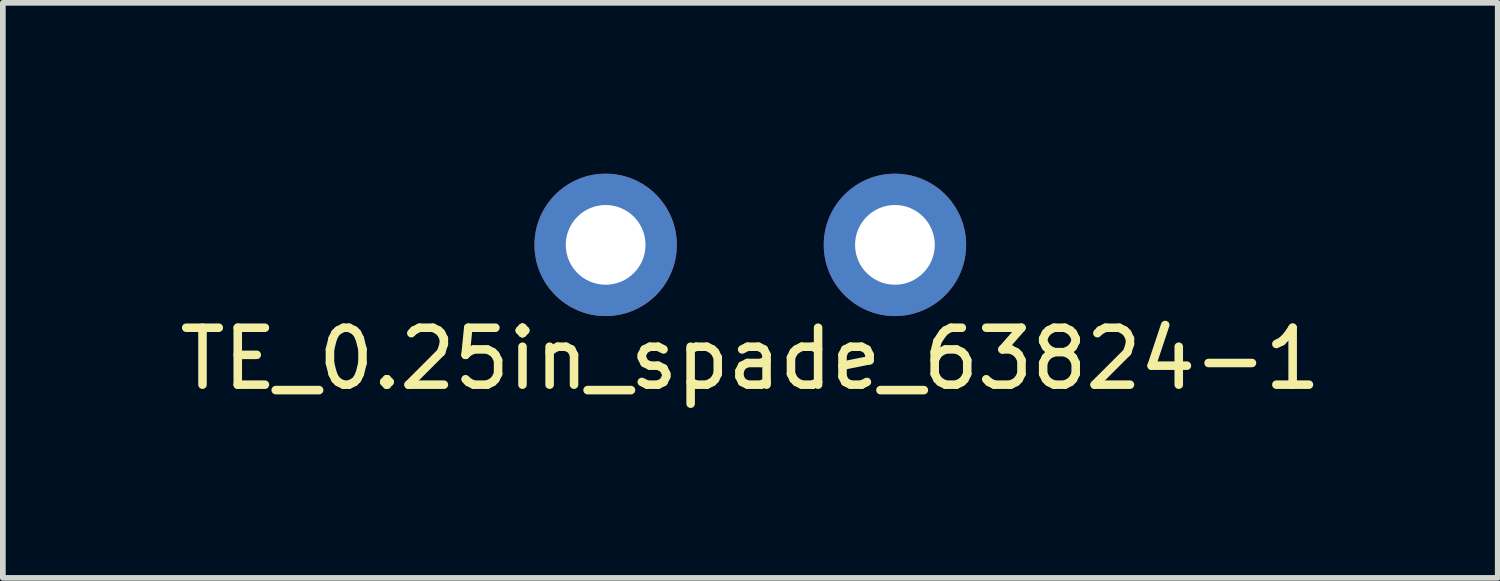
<source format=kicad_pcb>
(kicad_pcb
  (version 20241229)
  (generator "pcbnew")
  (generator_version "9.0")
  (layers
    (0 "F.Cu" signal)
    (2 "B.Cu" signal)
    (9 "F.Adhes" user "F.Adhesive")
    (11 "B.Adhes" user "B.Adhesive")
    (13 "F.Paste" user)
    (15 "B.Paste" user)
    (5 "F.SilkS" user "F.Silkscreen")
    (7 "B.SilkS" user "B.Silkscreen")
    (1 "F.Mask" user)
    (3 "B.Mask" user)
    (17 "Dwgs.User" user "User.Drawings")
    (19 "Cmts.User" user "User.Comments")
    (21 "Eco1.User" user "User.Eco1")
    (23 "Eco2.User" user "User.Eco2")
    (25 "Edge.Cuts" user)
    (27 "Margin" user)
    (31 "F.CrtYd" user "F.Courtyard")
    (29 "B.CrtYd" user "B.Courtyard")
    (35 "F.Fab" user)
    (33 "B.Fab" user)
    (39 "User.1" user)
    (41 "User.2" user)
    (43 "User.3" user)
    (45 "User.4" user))
  (footprint "TE_0.25in_spade_63824-1"
    (layer "F.Cu")
    (at 10.125 1.25)
    (property "Reference" "TE_0.25in_spade_63824-1" (at 0 2 0) (layer "F.SilkS") (effects (font (size 1 1) (thickness 0.15))))
    (attr through_hole)
    (pad "1" thru_hole circle (at -2.54 0) (size 2.5 2.5) (drill 1.4) (layers "*.Cu" "*.Mask"))
    (pad "1" thru_hole circle (at 2.54 0) (size 2.5 2.5) (drill 1.4) (layers "*.Cu" "*.Mask")))
  (gr_rect
    (start -3 -3)
    (end 23.25 7.098)
    (stroke (width 0.1) (type default))
    (fill no)
    (layer "Edge.Cuts")))
</source>
